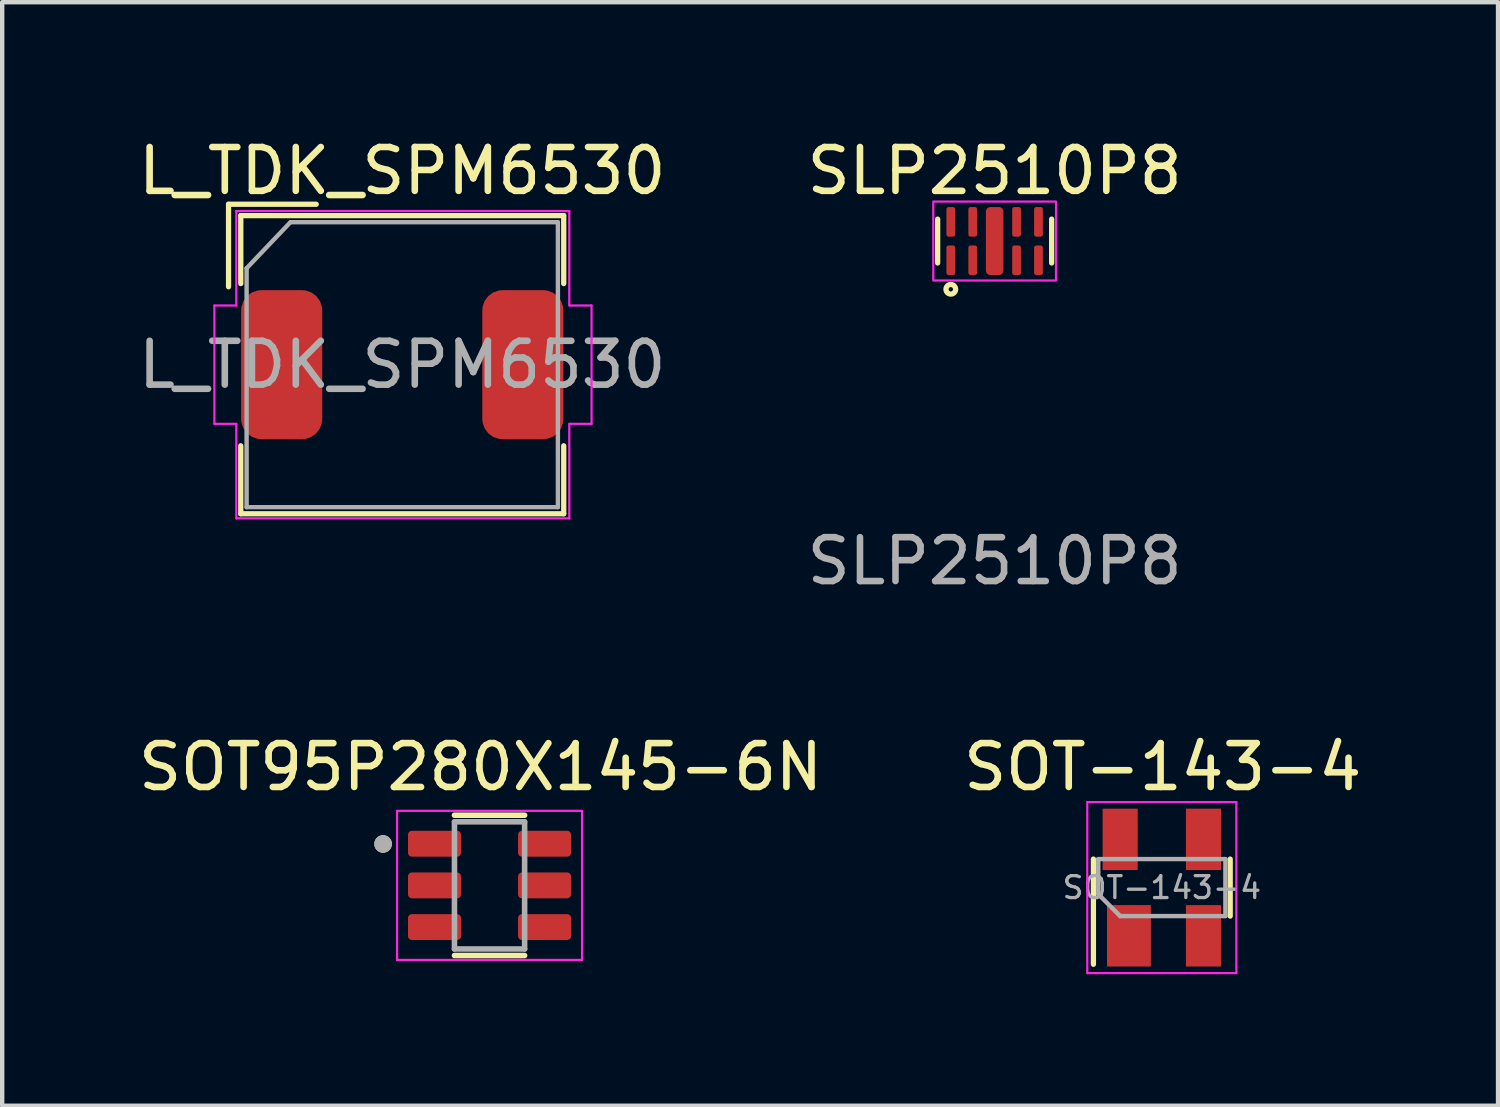
<source format=kicad_pcb>
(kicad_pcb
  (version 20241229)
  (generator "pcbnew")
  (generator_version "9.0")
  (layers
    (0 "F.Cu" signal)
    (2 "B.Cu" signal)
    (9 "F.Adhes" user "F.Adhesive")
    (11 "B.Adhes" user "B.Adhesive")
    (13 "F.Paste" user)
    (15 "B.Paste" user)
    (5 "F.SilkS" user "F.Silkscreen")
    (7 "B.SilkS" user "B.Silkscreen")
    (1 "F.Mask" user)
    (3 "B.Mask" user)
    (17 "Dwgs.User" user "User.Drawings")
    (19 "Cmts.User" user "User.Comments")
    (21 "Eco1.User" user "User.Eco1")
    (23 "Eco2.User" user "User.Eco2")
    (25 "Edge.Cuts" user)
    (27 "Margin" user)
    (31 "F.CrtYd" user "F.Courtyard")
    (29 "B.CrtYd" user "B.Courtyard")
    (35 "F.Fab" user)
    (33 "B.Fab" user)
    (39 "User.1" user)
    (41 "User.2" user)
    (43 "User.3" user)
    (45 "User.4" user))
  (footprint "L_TDK_SPM6530"
    (layer "F.Cu")
    (at 6.125 5.268)
    (property "Reference" "L_TDK_SPM6530" (at 0 -4.42 0) (layer "F.SilkS") (effects (font (size 1 1) (thickness 0.15))))
    (attr smd)
    (fp_line (start -3.962 -3.659) (end -1.962 -3.659) (stroke (width 0.12) (type solid)) (layer "F.SilkS"))
    (fp_line (start -3.962 -1.777) (end -3.962 -3.659) (stroke (width 0.12) (type solid)) (layer "F.SilkS"))
    (fp_line (start -3.683 -3.4) (end -3.683 -1.85) (stroke (width 0.12) (type solid)) (layer "F.SilkS"))
    (fp_line (start -3.683 -3.4) (end 3.683 -3.4) (stroke (width 0.12) (type solid)) (layer "F.SilkS"))
    (fp_line (start -3.683 1.85) (end -3.683 3.4) (stroke (width 0.12) (type solid)) (layer "F.SilkS"))
    (fp_line (start -3.683 3.4) (end 3.683 3.4) (stroke (width 0.12) (type solid)) (layer "F.SilkS"))
    (fp_line (start 3.683 -3.4) (end 3.683 -1.85) (stroke (width 0.12) (type solid)) (layer "F.SilkS"))
    (fp_line (start 3.683 1.85) (end 3.683 3.4) (stroke (width 0.12) (type solid)) (layer "F.SilkS"))
    (fp_line (start -4.285 -1.35) (end -4.285 1.35) (stroke (width 0.05) (type solid)) (layer "F.CrtYd"))
    (fp_line (start -4.285 1.35) (end -3.785 1.35) (stroke (width 0.05) (type solid)) (layer "F.CrtYd"))
    (fp_line (start -3.785 -3.505) (end -3.785 -1.35) (stroke (width 0.05) (type solid)) (layer "F.CrtYd"))
    (fp_line (start -3.785 -3.505) (end 3.81 -3.505) (stroke (width 0.05) (type solid)) (layer "F.CrtYd"))
    (fp_line (start -3.785 -1.35) (end -4.285 -1.35) (stroke (width 0.05) (type solid)) (layer "F.CrtYd"))
    (fp_line (start -3.785 1.35) (end -3.785 3.505) (stroke (width 0.05) (type solid)) (layer "F.CrtYd"))
    (fp_line (start -3.785 3.505) (end 3.81 3.505) (stroke (width 0.05) (type solid)) (layer "F.CrtYd"))
    (fp_line (start 3.81 -3.505) (end 3.81 -1.35) (stroke (width 0.05) (type solid)) (layer "F.CrtYd"))
    (fp_line (start 3.81 1.35) (end 3.81 3.505) (stroke (width 0.05) (type solid)) (layer "F.CrtYd"))
    (fp_line (start 3.818 -1.35) (end 4.318 -1.35) (stroke (width 0.05) (type solid)) (layer "F.CrtYd"))
    (fp_line (start 4.318 -1.35) (end 4.318 1.35) (stroke (width 0.05) (type solid)) (layer "F.CrtYd"))
    (fp_line (start 4.318 1.35) (end 3.818 1.35) (stroke (width 0.05) (type solid)) (layer "F.CrtYd"))
    (fp_line (start -3.55 -2.2) (end -2.55 -3.25) (stroke (width 0.1) (type solid)) (layer "F.Fab"))
    (fp_line (start -3.55 3.25) (end -3.55 -2.2) (stroke (width 0.1) (type solid)) (layer "F.Fab"))
    (fp_line (start -2.55 -3.25) (end 3.55 -3.25) (stroke (width 0.1) (type solid)) (layer "F.Fab"))
    (fp_line (start 3.55 -3.25) (end 3.55 3.25) (stroke (width 0.1) (type solid)) (layer "F.Fab"))
    (fp_line (start 3.55 3.25) (end -3.55 3.25) (stroke (width 0.1) (type solid)) (layer "F.Fab"))
    (fp_text user "${REFERENCE}" (at 0 0 0) (layer "F.Fab") (effects (font (size 1 1) (thickness 0.15))))
    (pad "1" smd roundrect (at -2.75 0) (size 1.85 3.4) (layers "F.Cu" "F.Mask" "F.Paste") (roundrect_rratio 0.25))
    (pad "2" smd roundrect (at 2.75 0) (size 1.85 3.4) (layers "F.Cu" "F.Mask" "F.Paste") (roundrect_rratio 0.25)))
  (footprint "SOT95P280X145-6N"
    (layer "F.Cu")
    (at 8.116 17.145)
    (property "Reference" "SOT95P280X145-6N" (at -0.205 -2.7 0) (layer "F.SilkS") (effects (font (size 1 1) (thickness 0.15))))
    (attr through_hole)
    (fp_line (start -0.8 -1.6) (end 0.8 -1.6) (stroke (width 0.127) (type solid)) (layer "F.SilkS"))
    (fp_line (start -0.8 1.6) (end 0.8 1.6) (stroke (width 0.127) (type solid)) (layer "F.SilkS"))
    (fp_circle (center -2.428 -0.945) (end -2.328 -0.945) (stroke (width 0.2) (type solid)) (fill no) (layer "F.SilkS"))
    (fp_line (start -2.11 -1.7) (end -2.11 1.7) (stroke (width 0.05) (type solid)) (layer "F.CrtYd"))
    (fp_line (start -2.11 1.7) (end 2.11 1.7) (stroke (width 0.05) (type solid)) (layer "F.CrtYd"))
    (fp_line (start 2.11 -1.7) (end -2.11 -1.7) (stroke (width 0.05) (type solid)) (layer "F.CrtYd"))
    (fp_line (start 2.11 1.7) (end 2.11 -1.7) (stroke (width 0.05) (type solid)) (layer "F.CrtYd"))
    (fp_line (start -0.8 -1.45) (end 0.8 -1.45) (stroke (width 0.127) (type solid)) (layer "F.Fab"))
    (fp_line (start -0.8 1.45) (end -0.8 -1.45) (stroke (width 0.127) (type solid)) (layer "F.Fab"))
    (fp_line (start 0.8 -1.45) (end 0.8 1.45) (stroke (width 0.127) (type solid)) (layer "F.Fab"))
    (fp_line (start 0.8 1.45) (end -0.8 1.45) (stroke (width 0.127) (type solid)) (layer "F.Fab"))
    (fp_circle (center -2.428 -0.945) (end -2.328 -0.945) (stroke (width 0.2) (type solid)) (fill no) (layer "F.Fab"))
    (pad "1" smd roundrect (at -1.255 -0.95) (size 1.21 0.59) (layers "F.Cu" "F.Mask" "F.Paste") (roundrect_rratio 0.15))
    (pad "2" smd roundrect (at -1.255 0) (size 1.21 0.59) (layers "F.Cu" "F.Mask" "F.Paste") (roundrect_rratio 0.15))
    (pad "3" smd roundrect (at -1.255 0.95) (size 1.21 0.59) (layers "F.Cu" "F.Mask" "F.Paste") (roundrect_rratio 0.15))
    (pad "4" smd roundrect (at 1.255 0.95) (size 1.21 0.59) (layers "F.Cu" "F.Mask" "F.Paste") (roundrect_rratio 0.15))
    (pad "5" smd roundrect (at 1.255 0) (size 1.21 0.59) (layers "F.Cu" "F.Mask" "F.Paste") (roundrect_rratio 0.15))
    (pad "6" smd roundrect (at 1.255 -0.95) (size 1.21 0.59) (layers "F.Cu" "F.Mask" "F.Paste") (roundrect_rratio 0.15)))
  (footprint "SOT-143-4"
    (layer "F.Cu")
    (at 23.45 17.195)
    (property "Reference" "SOT-143-4" (at 0.02 -2.75 0) (layer "F.SilkS") (effects (font (size 1 1) (thickness 0.15))))
    (attr smd)
    (fp_line (start -1.56 -0.65) (end -1.56 1.75) (stroke (width 0.12) (type solid)) (layer "F.SilkS"))
    (fp_line (start 1.56 0.65) (end 1.56 -0.65) (stroke (width 0.12) (type solid)) (layer "F.SilkS"))
    (fp_line (start -1.7 -1.95) (end -1.7 1.95) (stroke (width 0.05) (type solid)) (layer "F.CrtYd"))
    (fp_line (start -1.7 -1.95) (end 1.7 -1.95) (stroke (width 0.05) (type solid)) (layer "F.CrtYd"))
    (fp_line (start 1.7 1.95) (end -1.7 1.95) (stroke (width 0.05) (type solid)) (layer "F.CrtYd"))
    (fp_line (start 1.7 1.95) (end 1.7 -1.95) (stroke (width 0.05) (type solid)) (layer "F.CrtYd"))
    (fp_line (start -1.45 -0.65) (end 1.45 -0.65) (stroke (width 0.1) (type solid)) (layer "F.Fab"))
    (fp_line (start -1.45 0.15) (end -1.45 -0.65) (stroke (width 0.1) (type solid)) (layer "F.Fab"))
    (fp_line (start -0.95 0.65) (end -1.45 0.15) (stroke (width 0.1) (type solid)) (layer "F.Fab"))
    (fp_line (start 1.45 -0.65) (end 1.45 0.65) (stroke (width 0.1) (type solid)) (layer "F.Fab"))
    (fp_line (start 1.45 0.65) (end -0.95 0.65) (stroke (width 0.1) (type solid)) (layer "F.Fab"))
    (fp_text user "${REFERENCE}" (at 0 0 180) (layer "F.Fab") (effects (font (size 0.5 0.5) (thickness 0.075))))
    (pad "1" smd rect (at -0.75 1.1) (size 1 1.4) (layers "F.Cu" "F.Mask" "F.Paste"))
    (pad "2" smd rect (at 0.95 1.1) (size 0.8 1.4) (layers "F.Cu" "F.Mask" "F.Paste"))
    (pad "3" smd rect (at 0.95 -1.1) (size 0.8 1.4) (layers "F.Cu" "F.Mask" "F.Paste"))
    (pad "4" smd rect (at -0.95 -1.1) (size 0.8 1.4) (layers "F.Cu" "F.Mask" "F.Paste")))
  (footprint "SLP2510P8"
    (layer "F.Cu")
    (at 19.637 2.448)
    (property "Reference" "SLP2510P8" (at 0 -1.6 0) (unlocked yes) (layer "F.SilkS") (effects (font (size 1 1) (thickness 0.15))))
    (attr smd)
    (fp_line (start -1.3 -0.5) (end -1.3 0.5) (stroke (width 0.12) (type solid)) (layer "F.SilkS"))
    (fp_line (start 1.3 -0.5) (end 1.3 0.5) (stroke (width 0.12) (type solid)) (layer "F.SilkS"))
    (fp_circle (center -1 1.1) (end -0.95 1.1) (stroke (width 0.12) (type solid)) (fill no) (layer "F.SilkS"))
    (fp_rect (start 1.4 -0.9) (end -1.4 0.9) (stroke (width 0.05) (type solid)) (fill no) (layer "F.CrtYd"))
    (fp_text user "${REFERENCE}" (at 0 7.3 0) (unlocked yes) (layer "F.Fab") (effects (font (size 1 1) (thickness 0.15))))
    (pad "1" smd roundrect (at -1 -0.438) (size 0.2 0.675) (layers "F.Cu" "F.Mask" "F.Paste") (roundrect_rratio 0.25))
    (pad "1" smd roundrect (at -1 0.438) (size 0.2 0.675) (layers "F.Cu" "F.Mask" "F.Paste") (roundrect_rratio 0.25))
    (pad "2" smd roundrect (at -0.5 -0.438) (size 0.2 0.675) (layers "F.Cu" "F.Mask" "F.Paste") (roundrect_rratio 0.25))
    (pad "2" smd roundrect (at -0.5 0.438) (size 0.2 0.675) (layers "F.Cu" "F.Mask" "F.Paste") (roundrect_rratio 0.25))
    (pad "3" smd roundrect (at 0 0) (size 0.4 1.55) (layers "F.Cu" "F.Mask" "F.Paste") (roundrect_rratio 0.25))
    (pad "4" smd roundrect (at 0.5 -0.438) (size 0.2 0.675) (layers "F.Cu" "F.Mask" "F.Paste") (roundrect_rratio 0.25))
    (pad "4" smd roundrect (at 0.5 0.438) (size 0.2 0.675) (layers "F.Cu" "F.Mask" "F.Paste") (roundrect_rratio 0.25))
    (pad "5" smd roundrect (at 1 -0.438) (size 0.2 0.675) (layers "F.Cu" "F.Mask" "F.Paste") (roundrect_rratio 0.25))
    (pad "5" smd roundrect (at 1 0.438) (size 0.2 0.675) (layers "F.Cu" "F.Mask" "F.Paste") (roundrect_rratio 0.25)))
  (gr_rect
    (start -3 -3)
    (end 31.119 22.17)
    (stroke (width 0.1) (type default))
    (fill no)
    (layer "Edge.Cuts")))
</source>
